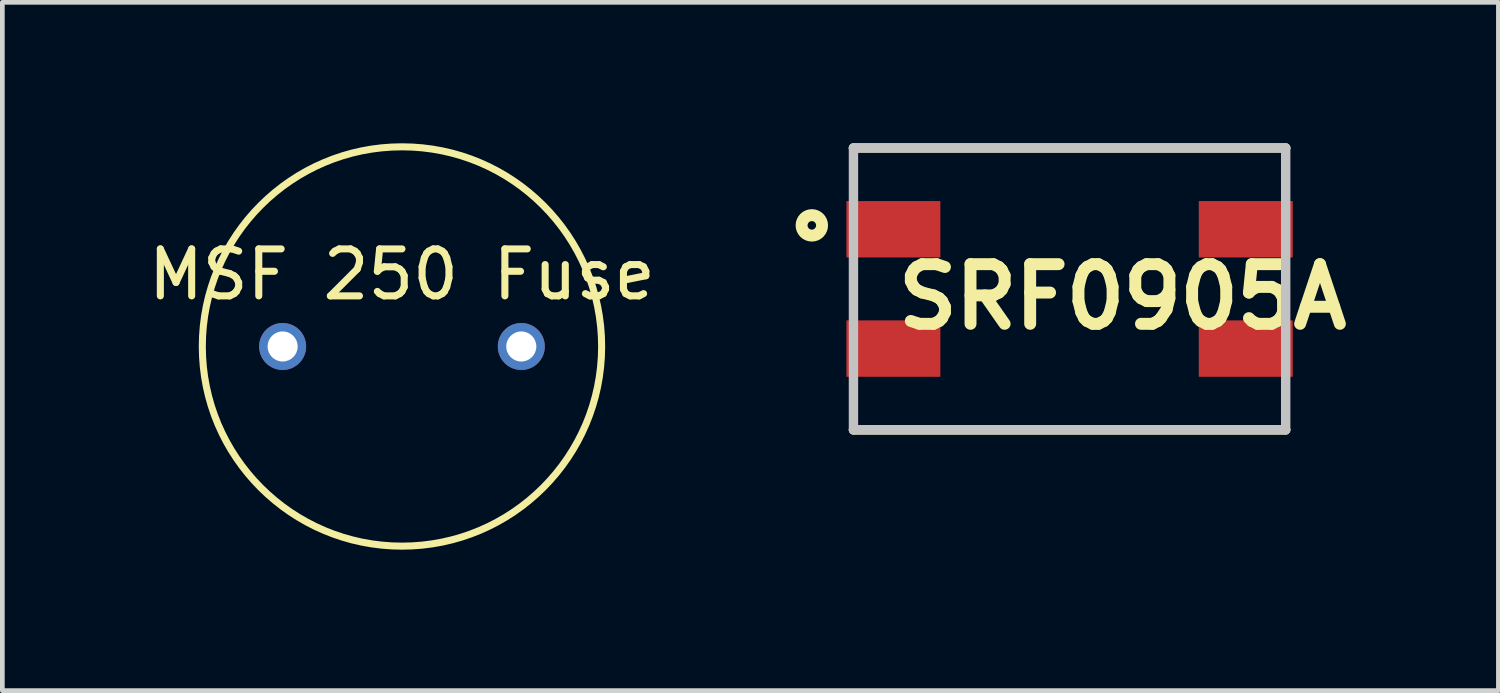
<source format=kicad_pcb>
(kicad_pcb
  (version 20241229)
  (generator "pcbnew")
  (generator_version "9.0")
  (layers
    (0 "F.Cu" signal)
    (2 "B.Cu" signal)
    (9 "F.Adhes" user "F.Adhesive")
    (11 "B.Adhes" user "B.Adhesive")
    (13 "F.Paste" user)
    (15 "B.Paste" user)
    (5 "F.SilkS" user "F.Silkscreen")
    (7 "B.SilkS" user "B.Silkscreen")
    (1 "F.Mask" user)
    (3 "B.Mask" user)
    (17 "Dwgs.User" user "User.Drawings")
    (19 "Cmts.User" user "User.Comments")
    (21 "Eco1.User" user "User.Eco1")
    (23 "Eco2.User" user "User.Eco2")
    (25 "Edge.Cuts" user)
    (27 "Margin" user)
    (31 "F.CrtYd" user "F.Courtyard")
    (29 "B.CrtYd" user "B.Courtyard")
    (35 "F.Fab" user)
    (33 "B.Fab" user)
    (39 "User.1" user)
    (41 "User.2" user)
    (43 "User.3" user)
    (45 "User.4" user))
  (footprint "MSF 250 Fuse"
    (layer "F.Cu")
    (at 5.506 2.293)
    (property "Reference" "MSF 250 Fuse" (at 0 0.5 0) (layer "F.SilkS") (effects (font (size 1 1) (thickness 0.15))))
    (attr through_hole)
    (fp_circle (center 0 2.032) (end 4.25 2.032) (stroke (width 0.15) (type solid)) (fill no) (layer "F.SilkS"))
    (pad "1" thru_hole circle (at -2.54 2.032) (size 1 1) (drill 0.64) (layers "*.Cu" "*.Mask"))
    (pad "2" thru_hole circle (at 2.54 2.032) (size 1 1) (drill 0.64) (layers "*.Cu" "*.Mask")))
  (footprint "SRF0905A"
    (layer "F.Cu")
    (at 19.716 3.1)
    (property "Reference" "SRF0905A" (at 1.127 0.168 0) (layer "F.SilkS") (effects (font (size 1.27 1.27) (thickness 0.254))))
    (attr smd)
    (fp_line (start -4.6 -3) (end 4.6 -3) (stroke (width 0.2) (type solid)) (layer "F.SilkS"))
    (fp_line (start 4.6 3) (end -4.6 3) (stroke (width 0.2) (type solid)) (layer "F.SilkS"))
    (fp_circle (center -5.486 -1.353) (end -5.577 -1.353) (stroke (width 0.254) (type solid)) (fill no) (layer "F.SilkS"))
    (fp_line (start -4.6 -3) (end 4.6 -3) (stroke (width 0.2) (type solid)) (layer "Dwgs.User"))
    (fp_line (start -4.6 3) (end -4.6 -3) (stroke (width 0.2) (type solid)) (layer "Dwgs.User"))
    (fp_line (start 4.6 -3) (end 4.6 3) (stroke (width 0.2) (type solid)) (layer "Dwgs.User"))
    (fp_line (start 4.6 3) (end -4.6 3) (stroke (width 0.2) (type solid)) (layer "Dwgs.User"))
    (pad "1" smd rect (at -3.75 -1.27 90) (size 1.2 2) (layers "F.Cu" "F.Mask" "F.Paste"))
    (pad "2" smd rect (at -3.75 1.27 90) (size 1.2 2) (layers "F.Cu" "F.Mask" "F.Paste"))
    (pad "3" smd rect (at 3.75 1.27 90) (size 1.2 2) (layers "F.Cu" "F.Mask" "F.Paste"))
    (pad "4" smd rect (at 3.75 -1.27 90) (size 1.2 2) (layers "F.Cu" "F.Mask" "F.Paste")))
  (gr_rect
    (start -3 -3)
    (end 28.844 11.65)
    (stroke (width 0.1) (type default))
    (fill no)
    (layer "Edge.Cuts")))
</source>
